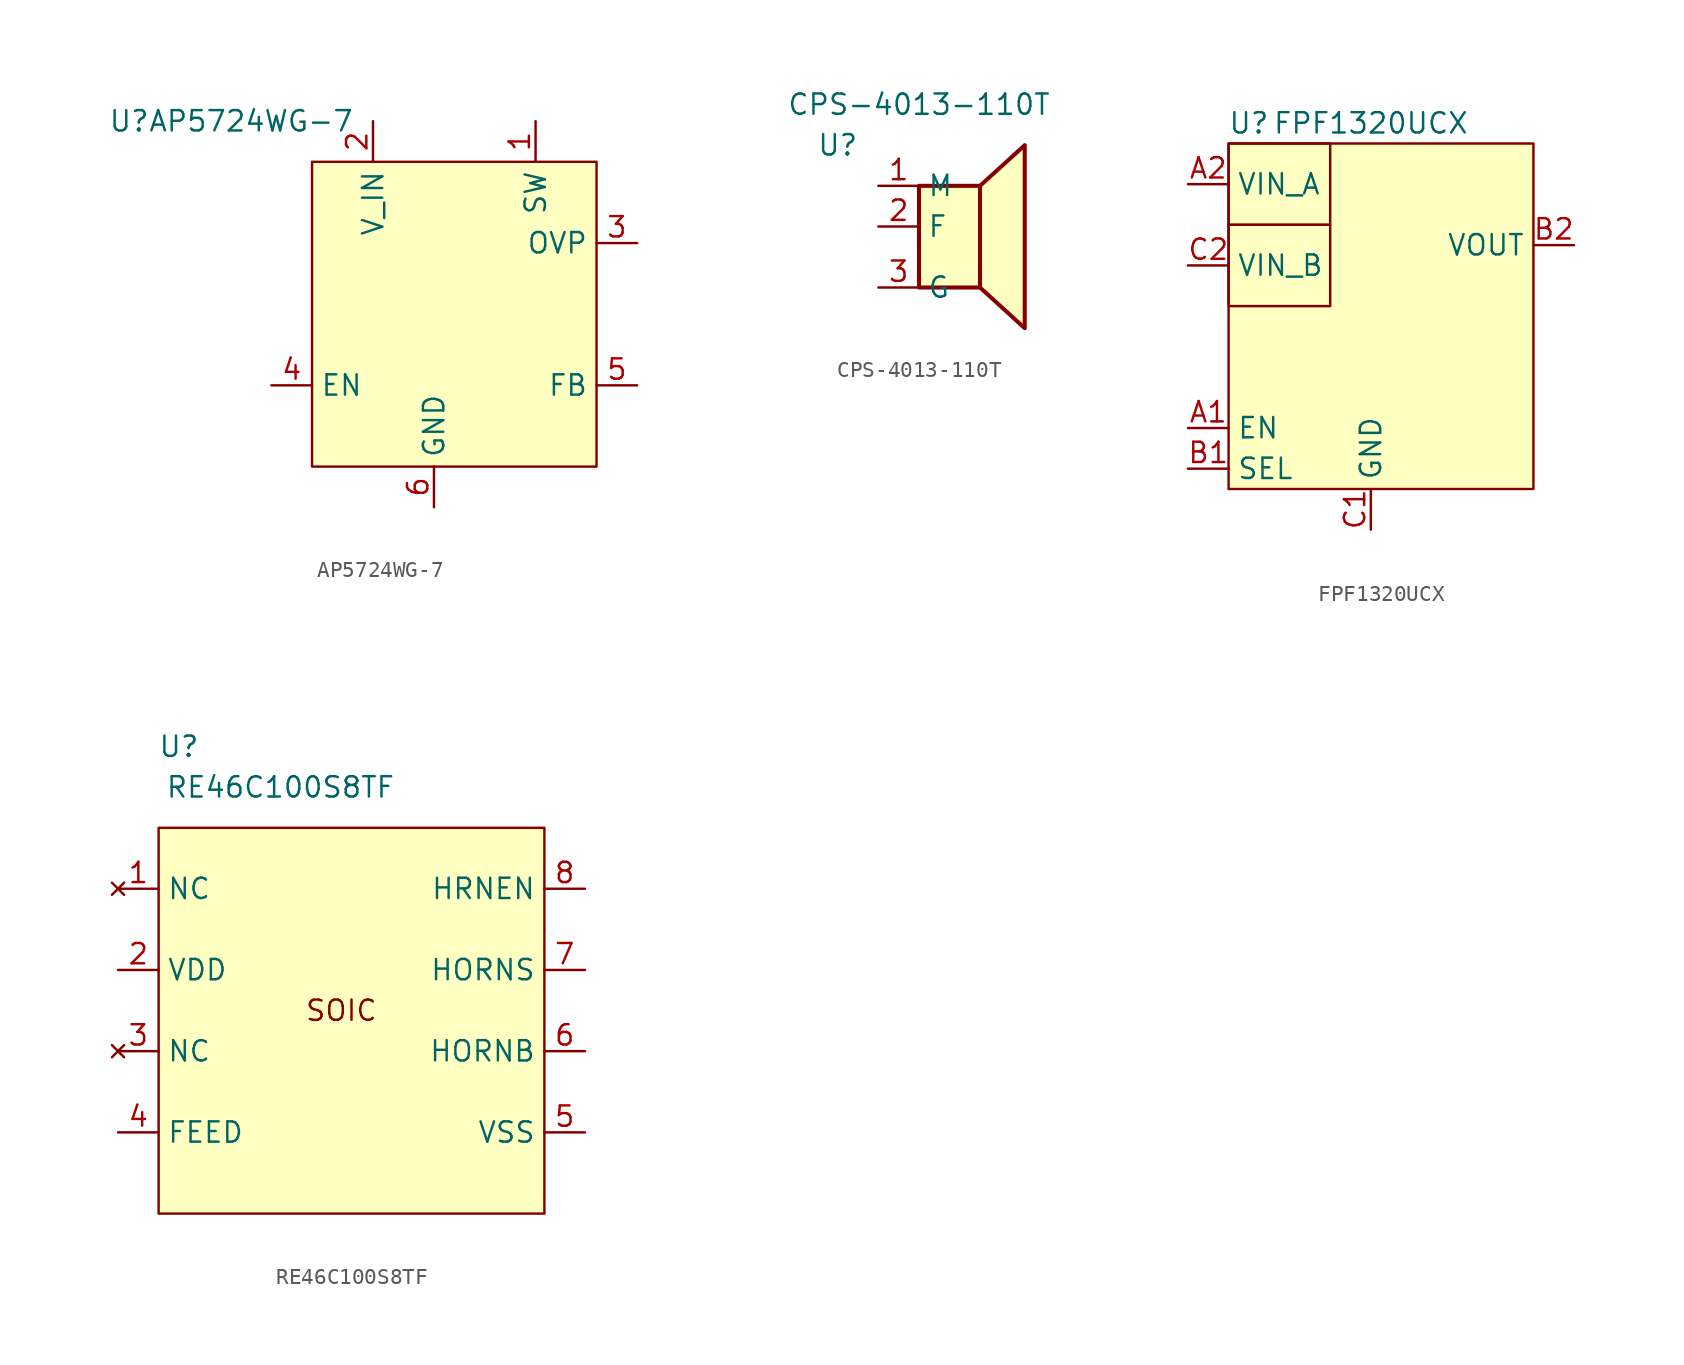
<source format=kicad_sym>
(kicad_symbol_lib
  (version 20211014)
  (generator kicad_symbol_editor)
  (symbol "AP5724WG-7"
    (property "Reference" "U"
      (at -20.32 12.7 0)
      (effects (font (size 1.27 1.27))))
    (property "Value" "AP5724WG-7"
      (at -12.7 12.7 0)
      (effects (font (size 1.27 1.27))))
    (symbol "AP5724WG-7_0_1"
      (rectangle (start -8.89 10.16) (end 8.89 -8.89) (stroke (width 0) (type default) (color 0 0 0 0)) (fill (type background))))
    (symbol "AP5724WG-7_1_1"
      (pin power_in line (at 5.08 12.7 270) (length 2.54) (name "SW" (effects (font (size 1.27 1.27)))) (number "1" (effects (font (size 1.27 1.27)))))
      (pin power_in line (at -5.08 12.7 270) (length 2.54) (name "V_IN" (effects (font (size 1.27 1.27)))) (number "2" (effects (font (size 1.27 1.27)))))
      (pin input line (at 11.43 5.08 180) (length 2.54) (name "OVP" (effects (font (size 1.27 1.27)))) (number "3" (effects (font (size 1.27 1.27)))))
      (pin input line (at -11.43 -3.81 0) (length 2.54) (name "EN" (effects (font (size 1.27 1.27)))) (number "4" (effects (font (size 1.27 1.27)))))
      (pin input line (at 11.43 -3.81 180) (length 2.54) (name "FB" (effects (font (size 1.27 1.27)))) (number "5" (effects (font (size 1.27 1.27)))))
      (pin power_out line (at -1.27 -11.43 90) (length 2.54) (name "GND" (effects (font (size 1.27 1.27)))) (number "6" (effects (font (size 1.27 1.27)))))))
  (symbol "CPS-4013-110T"
    (property "Reference" "U"
      (at -3.81 6.35 0)
      (effects (font (size 1.27 1.27))))
    (property "Value" "CPS-4013-110T"
      (at 1.27 8.89 0)
      (effects (font (size 1.27 1.27))))
    (symbol "CPS-4013-110T_0_0"
      (polyline (pts (xy 5.08 3.81) (xy 7.874 6.35) (xy 7.874 -5.08) (xy 5.08 -2.54)) (stroke (width 0.254) (type default) (color 0 0 0 0)) (fill (type background)))
      (rectangle (start 1.27 3.81) (end 5.08 -2.54) (stroke (width 0.254) (type default) (color 0 0 0 0)) (fill (type background))))
    (symbol "CPS-4013-110T_1_1"
      (pin input line (at -1.27 3.81 0) (length 2.54) (name "M" (effects (font (size 1.27 1.27)))) (number "1" (effects (font (size 1.27 1.27)))))
      (pin input line (at -1.27 1.27 0) (length 2.54) (name "F" (effects (font (size 1.27 1.27)))) (number "2" (effects (font (size 1.27 1.27)))))
      (pin input line (at -1.27 -2.54 0) (length 2.54) (name "G" (effects (font (size 1.27 1.27)))) (number "3" (effects (font (size 1.27 1.27)))))))
  (symbol "FPF1320UCX"
    (property "Reference" "U"
      (at -8.89 11.43 0)
      (effects (font (size 1.27 1.27))))
    (property "Value" "FPF1320UCX"
      (at -1.27 11.43 0)
      (effects (font (size 1.27 1.27))))
    (symbol "FPF1320UCX_0_1"
      (rectangle (start -10.16 5.08) (end -3.81 0) (stroke (width 0) (type default) (color 0 0 0 0)) (fill (type none)))
      (rectangle (start -10.16 10.16) (end -3.81 5.08) (stroke (width 0) (type default) (color 0 0 0 0)) (fill (type none)))
      (rectangle (start -10.16 10.16) (end 8.89 -11.43) (stroke (width 0) (type default) (color 0 0 0 0)) (fill (type background))))
    (symbol "FPF1320UCX_1_1"
      (pin input line (at -12.7 -7.62 0) (length 2.54) (name "EN" (effects (font (size 1.27 1.27)))) (number "A1" (effects (font (size 1.27 1.27)))))
      (pin power_in line (at -12.7 7.62 0) (length 2.54) (name "VIN_A" (effects (font (size 1.27 1.27)))) (number "A2" (effects (font (size 1.27 1.27)))))
      (pin input line (at -12.7 -10.16 0) (length 2.54) (name "SEL" (effects (font (size 1.27 1.27)))) (number "B1" (effects (font (size 1.27 1.27)))))
      (pin power_out line (at 11.43 3.81 180) (length 2.54) (name "VOUT" (effects (font (size 1.27 1.27)))) (number "B2" (effects (font (size 1.27 1.27)))))
      (pin power_out line (at -1.27 -13.97 90) (length 2.54) (name "GND" (effects (font (size 1.27 1.27)))) (number "C1" (effects (font (size 1.27 1.27)))))
      (pin power_in line (at -12.7 2.54 0) (length 2.54) (name "VIN_B" (effects (font (size 1.27 1.27)))) (number "C2" (effects (font (size 1.27 1.27)))))))
  (symbol "RE46C100S8TF"
    (property "Reference" "U"
      (at -11.43 26.67 0)
      (effects (font (size 1.27 1.27))))
    (property "Value" "RE46C100S8TF"
      (at -5.08 24.13 0)
      (effects (font (size 1.27 1.27))))
    (symbol "RE46C100S8TF_0_0"
      (text "SOIC" (at -1.27 10.16 0) (effects (font (size 1.27 1.27)))))
    (symbol "RE46C100S8TF_0_1"
      (rectangle (start -12.7 21.59) (end 11.43 -2.54) (stroke (width 0) (type default) (color 0 0 0 0)) (fill (type background))))
    (symbol "RE46C100S8TF_1_1"
      (pin no_connect line (at -15.24 17.78 0) (length 2.54) (name "NC" (effects (font (size 1.27 1.27)))) (number "1" (effects (font (size 1.27 1.27)))))
      (pin power_in line (at -15.24 12.7 0) (length 2.54) (name "VDD" (effects (font (size 1.27 1.27)))) (number "2" (effects (font (size 1.27 1.27)))))
      (pin no_connect line (at -15.24 7.62 0) (length 2.54) (name "NC" (effects (font (size 1.27 1.27)))) (number "3" (effects (font (size 1.27 1.27)))))
      (pin input line (at -15.24 2.54 0) (length 2.54) (name "FEED" (effects (font (size 1.27 1.27)))) (number "4" (effects (font (size 1.27 1.27)))))
      (pin output line (at 13.97 2.54 180) (length 2.54) (name "VSS" (effects (font (size 1.27 1.27)))) (number "5" (effects (font (size 1.27 1.27)))))
      (pin power_out line (at 13.97 7.62 180) (length 2.54) (name "HORNB" (effects (font (size 1.27 1.27)))) (number "6" (effects (font (size 1.27 1.27)))))
      (pin power_out line (at 13.97 12.7 180) (length 2.54) (name "HORNS" (effects (font (size 1.27 1.27)))) (number "7" (effects (font (size 1.27 1.27)))))
      (pin input line (at 13.97 17.78 180) (length 2.54) (name "HRNEN" (effects (font (size 1.27 1.27)))) (number "8" (effects (font (size 1.27 1.27))))))))
</source>
